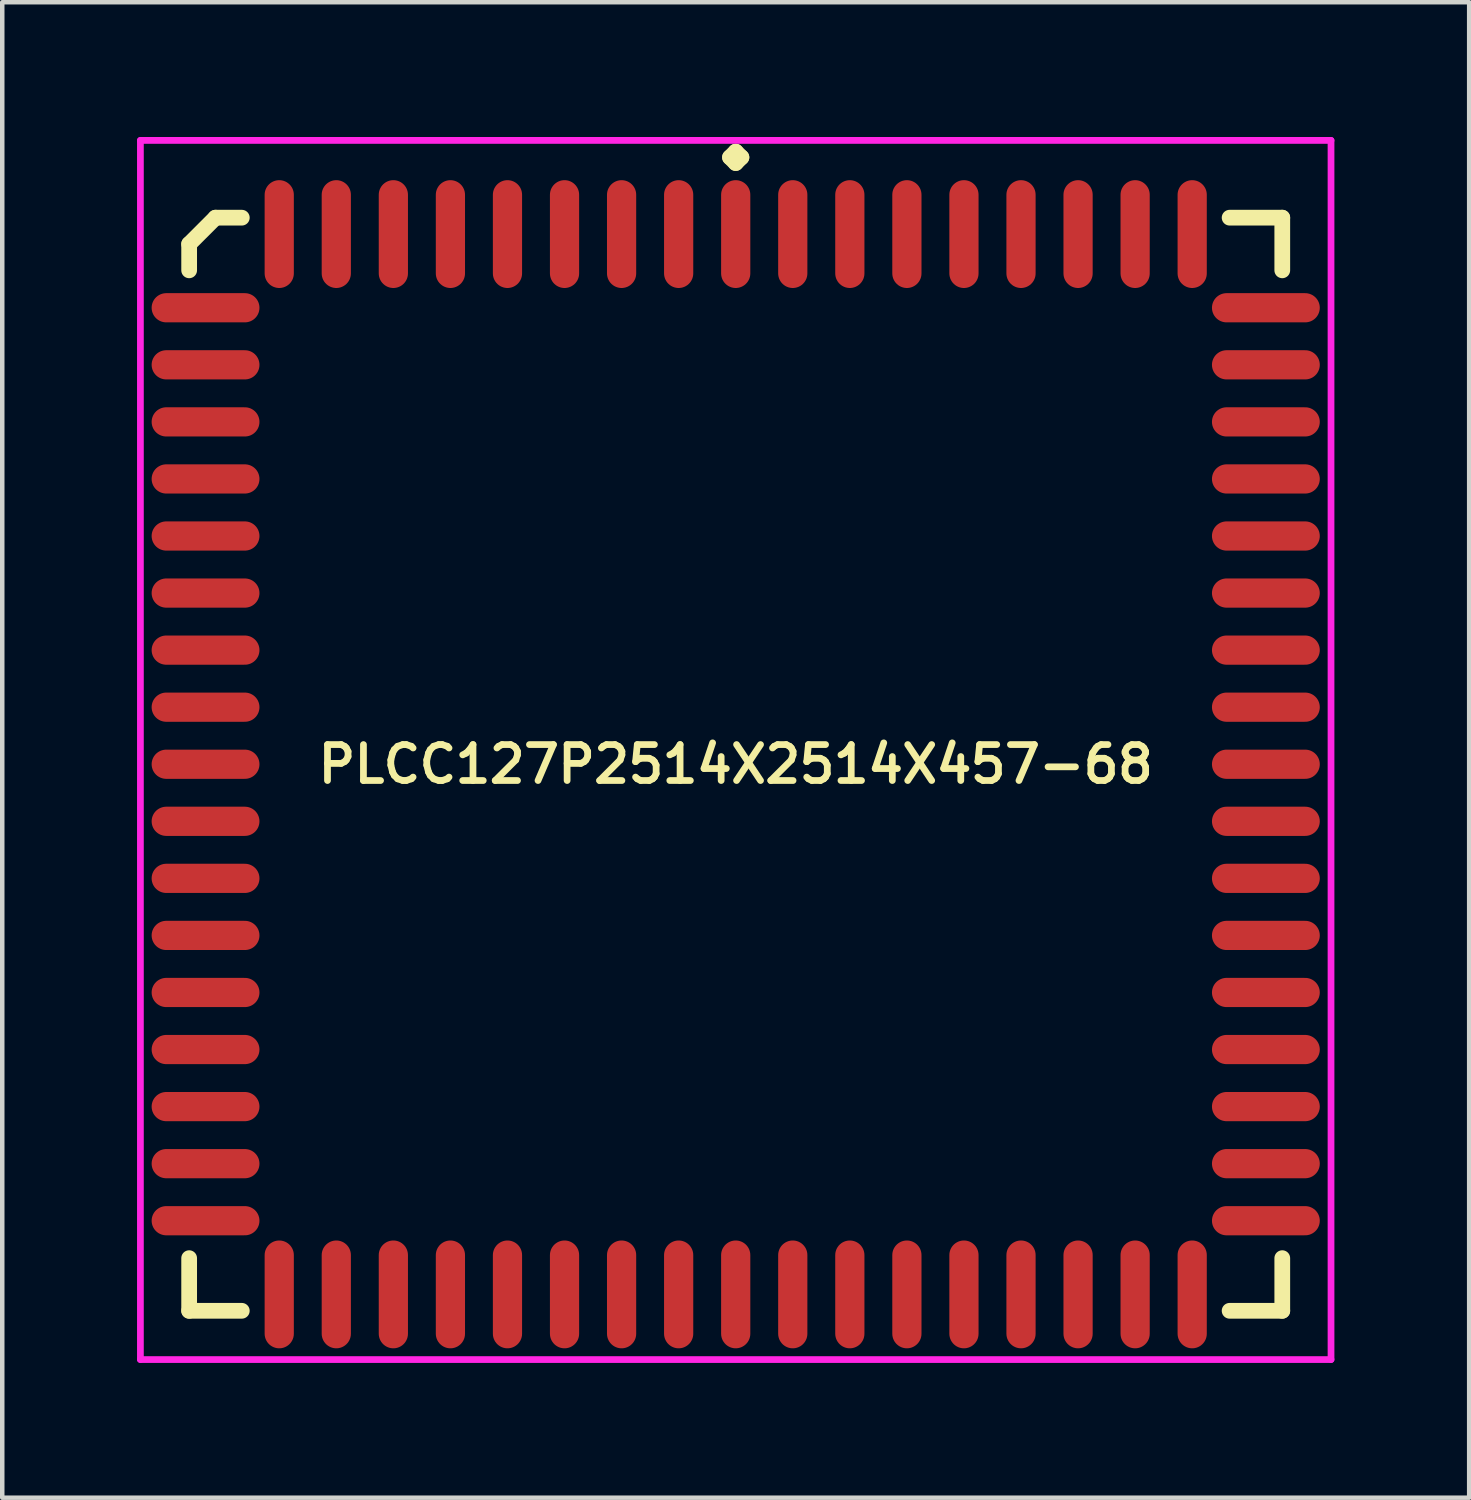
<source format=kicad_pcb>
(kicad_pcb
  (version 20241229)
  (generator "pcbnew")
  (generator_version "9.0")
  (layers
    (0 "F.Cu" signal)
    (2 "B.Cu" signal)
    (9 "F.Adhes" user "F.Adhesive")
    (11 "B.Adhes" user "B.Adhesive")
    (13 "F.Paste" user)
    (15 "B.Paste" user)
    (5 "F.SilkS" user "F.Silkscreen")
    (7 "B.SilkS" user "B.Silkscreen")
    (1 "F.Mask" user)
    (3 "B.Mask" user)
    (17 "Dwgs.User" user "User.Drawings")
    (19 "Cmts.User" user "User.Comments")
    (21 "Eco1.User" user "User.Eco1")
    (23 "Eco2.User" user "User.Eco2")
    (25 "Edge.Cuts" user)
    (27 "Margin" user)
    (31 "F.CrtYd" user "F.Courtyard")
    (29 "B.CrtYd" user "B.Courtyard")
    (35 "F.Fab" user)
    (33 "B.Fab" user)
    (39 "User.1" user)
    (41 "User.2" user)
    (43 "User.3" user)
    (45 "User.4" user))
  (footprint "PLCC127P2514X2514X457-68"
    (layer "F.Cu")
    (at 13.325 13.96)
    (property "Reference" "PLCC127P2514X2514X457-68" (at 0 0 0) (layer "F.SilkS") (effects (font (size 0.8 0.8) (thickness 0.15))))
    (attr smd)
    (fp_line (start -12.165 -11.579) (end -11.579 -12.165) (stroke (width 0.35) (type solid)) (layer "F.SilkS"))
    (fp_line (start -12.165 -10.993) (end -12.165 -11.579) (stroke (width 0.35) (type solid)) (layer "F.SilkS"))
    (fp_line (start -12.165 10.993) (end -12.165 12.165) (stroke (width 0.35) (type solid)) (layer "F.SilkS"))
    (fp_line (start -12.165 12.165) (end -10.993 12.165) (stroke (width 0.35) (type solid)) (layer "F.SilkS"))
    (fp_line (start -11.579 -12.165) (end -10.993 -12.165) (stroke (width 0.35) (type solid)) (layer "F.SilkS"))
    (fp_line (start -0.127 -13.508) (end 0 -13.635) (stroke (width 0.35) (type solid)) (layer "F.SilkS"))
    (fp_line (start 0 -13.635) (end 0.127 -13.508) (stroke (width 0.35) (type solid)) (layer "F.SilkS"))
    (fp_line (start 0 -13.381) (end -0.127 -13.508) (stroke (width 0.35) (type solid)) (layer "F.SilkS"))
    (fp_line (start 0.127 -13.508) (end 0 -13.381) (stroke (width 0.35) (type solid)) (layer "F.SilkS"))
    (fp_line (start 12.165 -12.165) (end 10.993 -12.165) (stroke (width 0.35) (type solid)) (layer "F.SilkS"))
    (fp_line (start 12.165 -10.993) (end 12.165 -12.165) (stroke (width 0.35) (type solid)) (layer "F.SilkS"))
    (fp_line (start 12.165 10.993) (end 12.165 12.165) (stroke (width 0.35) (type solid)) (layer "F.SilkS"))
    (fp_line (start 12.165 12.165) (end 10.993 12.165) (stroke (width 0.35) (type solid)) (layer "F.SilkS"))
    (fp_line (start -13.25 -13.885) (end 13.25 -13.885) (stroke (width 0.15) (type solid)) (layer "F.CrtYd"))
    (fp_line (start -13.25 13.25) (end -13.25 -13.885) (stroke (width 0.15) (type solid)) (layer "F.CrtYd"))
    (fp_line (start 13.25 -13.885) (end 13.25 13.25) (stroke (width 0.15) (type solid)) (layer "F.CrtYd"))
    (fp_line (start 13.25 13.25) (end -13.25 13.25) (stroke (width 0.15) (type solid)) (layer "F.CrtYd"))
    (pad "1" smd oval (at 0 -11.8) (size 0.65 2.4) (layers "F.Cu" "F.Mask" "F.Paste"))
    (pad "2" smd oval (at -1.27 -11.8) (size 0.65 2.4) (layers "F.Cu" "F.Mask" "F.Paste"))
    (pad "3" smd oval (at -2.54 -11.8) (size 0.65 2.4) (layers "F.Cu" "F.Mask" "F.Paste"))
    (pad "4" smd oval (at -3.81 -11.8) (size 0.65 2.4) (layers "F.Cu" "F.Mask" "F.Paste"))
    (pad "5" smd oval (at -5.08 -11.8) (size 0.65 2.4) (layers "F.Cu" "F.Mask" "F.Paste"))
    (pad "6" smd oval (at -6.35 -11.8) (size 0.65 2.4) (layers "F.Cu" "F.Mask" "F.Paste"))
    (pad "7" smd oval (at -7.62 -11.8) (size 0.65 2.4) (layers "F.Cu" "F.Mask" "F.Paste"))
    (pad "8" smd oval (at -8.89 -11.8) (size 0.65 2.4) (layers "F.Cu" "F.Mask" "F.Paste"))
    (pad "9" smd oval (at -10.16 -11.8) (size 0.65 2.4) (layers "F.Cu" "F.Mask" "F.Paste"))
    (pad "10" smd oval (at -11.8 -10.16) (size 2.4 0.65) (layers "F.Cu" "F.Mask" "F.Paste"))
    (pad "11" smd oval (at -11.8 -8.89) (size 2.4 0.65) (layers "F.Cu" "F.Mask" "F.Paste"))
    (pad "12" smd oval (at -11.8 -7.62) (size 2.4 0.65) (layers "F.Cu" "F.Mask" "F.Paste"))
    (pad "13" smd oval (at -11.8 -6.35) (size 2.4 0.65) (layers "F.Cu" "F.Mask" "F.Paste"))
    (pad "14" smd oval (at -11.8 -5.08) (size 2.4 0.65) (layers "F.Cu" "F.Mask" "F.Paste"))
    (pad "15" smd oval (at -11.8 -3.81) (size 2.4 0.65) (layers "F.Cu" "F.Mask" "F.Paste"))
    (pad "16" smd oval (at -11.8 -2.54) (size 2.4 0.65) (layers "F.Cu" "F.Mask" "F.Paste"))
    (pad "17" smd oval (at -11.8 -1.27) (size 2.4 0.65) (layers "F.Cu" "F.Mask" "F.Paste"))
    (pad "18" smd oval (at -11.8 0) (size 2.4 0.65) (layers "F.Cu" "F.Mask" "F.Paste"))
    (pad "19" smd oval (at -11.8 1.27) (size 2.4 0.65) (layers "F.Cu" "F.Mask" "F.Paste"))
    (pad "20" smd oval (at -11.8 2.54) (size 2.4 0.65) (layers "F.Cu" "F.Mask" "F.Paste"))
    (pad "21" smd oval (at -11.8 3.81) (size 2.4 0.65) (layers "F.Cu" "F.Mask" "F.Paste"))
    (pad "22" smd oval (at -11.8 5.08) (size 2.4 0.65) (layers "F.Cu" "F.Mask" "F.Paste"))
    (pad "23" smd oval (at -11.8 6.35) (size 2.4 0.65) (layers "F.Cu" "F.Mask" "F.Paste"))
    (pad "24" smd oval (at -11.8 7.62) (size 2.4 0.65) (layers "F.Cu" "F.Mask" "F.Paste"))
    (pad "25" smd oval (at -11.8 8.89) (size 2.4 0.65) (layers "F.Cu" "F.Mask" "F.Paste"))
    (pad "26" smd oval (at -11.8 10.16) (size 2.4 0.65) (layers "F.Cu" "F.Mask" "F.Paste"))
    (pad "27" smd oval (at -10.16 11.8) (size 0.65 2.4) (layers "F.Cu" "F.Mask" "F.Paste"))
    (pad "28" smd oval (at -8.89 11.8) (size 0.65 2.4) (layers "F.Cu" "F.Mask" "F.Paste"))
    (pad "29" smd oval (at -7.62 11.8) (size 0.65 2.4) (layers "F.Cu" "F.Mask" "F.Paste"))
    (pad "30" smd oval (at -6.35 11.8) (size 0.65 2.4) (layers "F.Cu" "F.Mask" "F.Paste"))
    (pad "31" smd oval (at -5.08 11.8) (size 0.65 2.4) (layers "F.Cu" "F.Mask" "F.Paste"))
    (pad "32" smd oval (at -3.81 11.8) (size 0.65 2.4) (layers "F.Cu" "F.Mask" "F.Paste"))
    (pad "33" smd oval (at -2.54 11.8) (size 0.65 2.4) (layers "F.Cu" "F.Mask" "F.Paste"))
    (pad "34" smd oval (at -1.27 11.8) (size 0.65 2.4) (layers "F.Cu" "F.Mask" "F.Paste"))
    (pad "35" smd oval (at 0 11.8) (size 0.65 2.4) (layers "F.Cu" "F.Mask" "F.Paste"))
    (pad "36" smd oval (at 1.27 11.8) (size 0.65 2.4) (layers "F.Cu" "F.Mask" "F.Paste"))
    (pad "37" smd oval (at 2.54 11.8) (size 0.65 2.4) (layers "F.Cu" "F.Mask" "F.Paste"))
    (pad "38" smd oval (at 3.81 11.8) (size 0.65 2.4) (layers "F.Cu" "F.Mask" "F.Paste"))
    (pad "39" smd oval (at 5.08 11.8) (size 0.65 2.4) (layers "F.Cu" "F.Mask" "F.Paste"))
    (pad "40" smd oval (at 6.35 11.8) (size 0.65 2.4) (layers "F.Cu" "F.Mask" "F.Paste"))
    (pad "41" smd oval (at 7.62 11.8) (size 0.65 2.4) (layers "F.Cu" "F.Mask" "F.Paste"))
    (pad "42" smd oval (at 8.89 11.8) (size 0.65 2.4) (layers "F.Cu" "F.Mask" "F.Paste"))
    (pad "43" smd oval (at 10.16 11.8) (size 0.65 2.4) (layers "F.Cu" "F.Mask" "F.Paste"))
    (pad "44" smd oval (at 11.8 10.16) (size 2.4 0.65) (layers "F.Cu" "F.Mask" "F.Paste"))
    (pad "45" smd oval (at 11.8 8.89) (size 2.4 0.65) (layers "F.Cu" "F.Mask" "F.Paste"))
    (pad "46" smd oval (at 11.8 7.62) (size 2.4 0.65) (layers "F.Cu" "F.Mask" "F.Paste"))
    (pad "47" smd oval (at 11.8 6.35) (size 2.4 0.65) (layers "F.Cu" "F.Mask" "F.Paste"))
    (pad "48" smd oval (at 11.8 5.08) (size 2.4 0.65) (layers "F.Cu" "F.Mask" "F.Paste"))
    (pad "49" smd oval (at 11.8 3.81) (size 2.4 0.65) (layers "F.Cu" "F.Mask" "F.Paste"))
    (pad "50" smd oval (at 11.8 2.54) (size 2.4 0.65) (layers "F.Cu" "F.Mask" "F.Paste"))
    (pad "51" smd oval (at 11.8 1.27) (size 2.4 0.65) (layers "F.Cu" "F.Mask" "F.Paste"))
    (pad "52" smd oval (at 11.8 0) (size 2.4 0.65) (layers "F.Cu" "F.Mask" "F.Paste"))
    (pad "53" smd oval (at 11.8 -1.27) (size 2.4 0.65) (layers "F.Cu" "F.Mask" "F.Paste"))
    (pad "54" smd oval (at 11.8 -2.54) (size 2.4 0.65) (layers "F.Cu" "F.Mask" "F.Paste"))
    (pad "55" smd oval (at 11.8 -3.81) (size 2.4 0.65) (layers "F.Cu" "F.Mask" "F.Paste"))
    (pad "56" smd oval (at 11.8 -5.08) (size 2.4 0.65) (layers "F.Cu" "F.Mask" "F.Paste"))
    (pad "57" smd oval (at 11.8 -6.35) (size 2.4 0.65) (layers "F.Cu" "F.Mask" "F.Paste"))
    (pad "58" smd oval (at 11.8 -7.62) (size 2.4 0.65) (layers "F.Cu" "F.Mask" "F.Paste"))
    (pad "59" smd oval (at 11.8 -8.89) (size 2.4 0.65) (layers "F.Cu" "F.Mask" "F.Paste"))
    (pad "60" smd oval (at 11.8 -10.16) (size 2.4 0.65) (layers "F.Cu" "F.Mask" "F.Paste"))
    (pad "61" smd oval (at 10.16 -11.8) (size 0.65 2.4) (layers "F.Cu" "F.Mask" "F.Paste"))
    (pad "62" smd oval (at 8.89 -11.8) (size 0.65 2.4) (layers "F.Cu" "F.Mask" "F.Paste"))
    (pad "63" smd oval (at 7.62 -11.8) (size 0.65 2.4) (layers "F.Cu" "F.Mask" "F.Paste"))
    (pad "64" smd oval (at 6.35 -11.8) (size 0.65 2.4) (layers "F.Cu" "F.Mask" "F.Paste"))
    (pad "65" smd oval (at 5.08 -11.8) (size 0.65 2.4) (layers "F.Cu" "F.Mask" "F.Paste"))
    (pad "66" smd oval (at 3.81 -11.8) (size 0.65 2.4) (layers "F.Cu" "F.Mask" "F.Paste"))
    (pad "67" smd oval (at 2.54 -11.8) (size 0.65 2.4) (layers "F.Cu" "F.Mask" "F.Paste"))
    (pad "68" smd oval (at 1.27 -11.8) (size 0.65 2.4) (layers "F.Cu" "F.Mask" "F.Paste")))
  (gr_rect
    (start -3 -3)
    (end 29.65 30.285)
    (stroke (width 0.1) (type default))
    (fill no)
    (layer "Edge.Cuts")))
</source>
